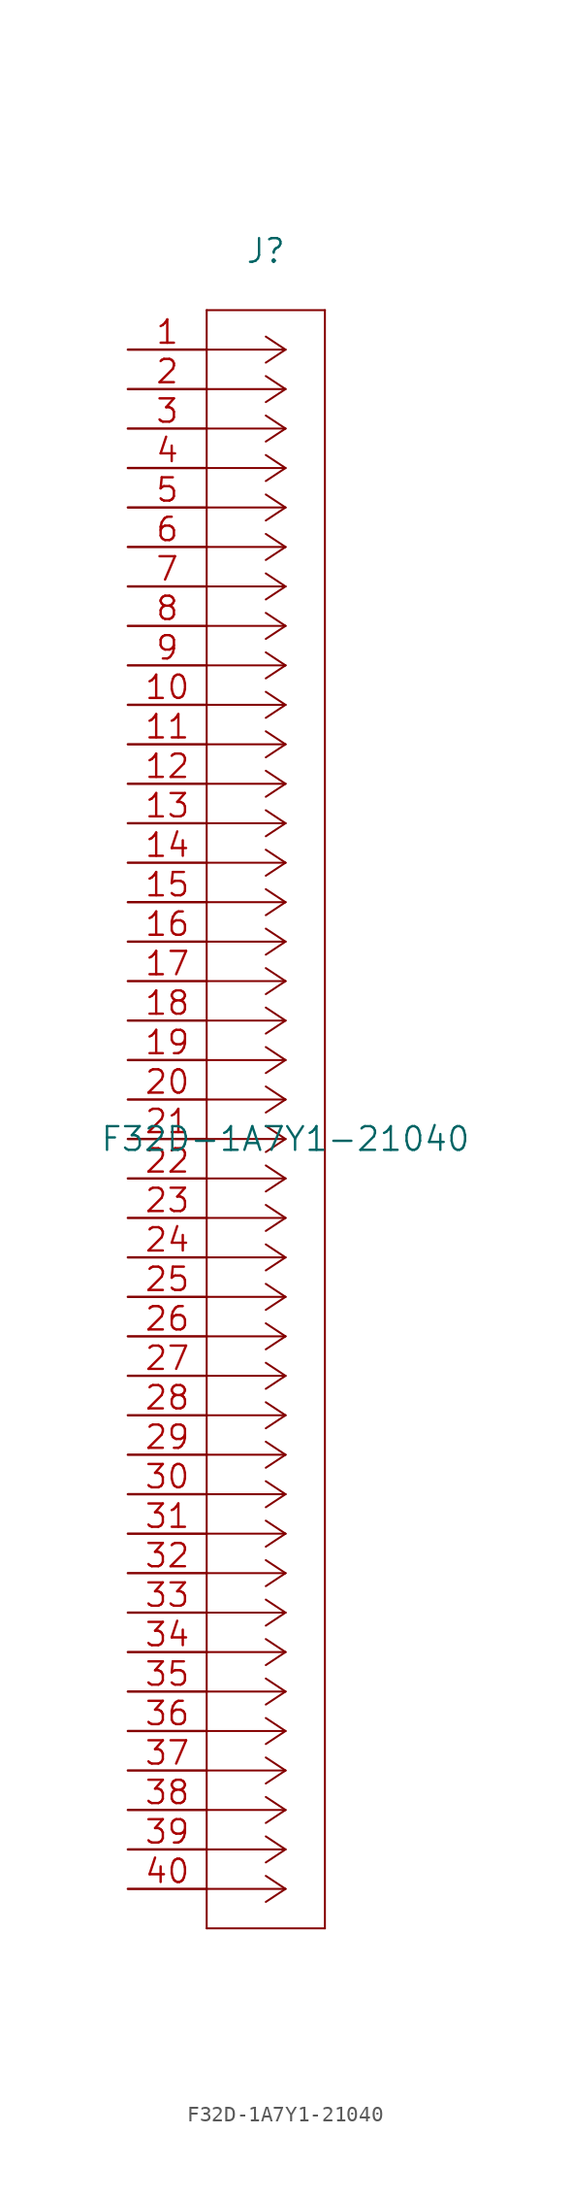
<source format=kicad_sym>
(kicad_symbol_lib
  (version 20211014)
  (generator kicad_symbol_editor)
  (symbol "F32D-1A7Y1-21040"
    (pin_names
      (offset 0.254) hide)
    (property "Reference" "J"
      (at 8.89 6.35 0)
      (effects (font (size 1.524 1.524))))
    (property "Value" "F32D-1A7Y1-21040"
      (at 10.16 -50.8 0)
      (effects (font (size 1.524 1.524))))
    (property "Datasheet" ""
      (at 0 0 0)
      (effects (font (size 1.524 1.524))))
    (property "ki_locked" ""
      (at 0 0 0)
      (effects (font (size 1.27 1.27))))
    (symbol "F32D-1A7Y1-21040_1_1"
      (polyline (pts (xy 5.08 -101.6) (xy 12.7 -101.6)) (stroke (width 0.127) (type default) (color 0 0 0 0)) (fill (type none)))
      (polyline (pts (xy 5.08 2.54) (xy 5.08 -101.6)) (stroke (width 0.127) (type default) (color 0 0 0 0)) (fill (type none)))
      (polyline (pts (xy 10.16 -99.06) (xy 5.08 -99.06)) (stroke (width 0.127) (type default) (color 0 0 0 0)) (fill (type none)))
      (polyline (pts (xy 10.16 -99.06) (xy 8.89 -99.898)) (stroke (width 0.127) (type default) (color 0 0 0 0)) (fill (type none)))
      (polyline (pts (xy 10.16 -99.06) (xy 8.89 -98.222)) (stroke (width 0.127) (type default) (color 0 0 0 0)) (fill (type none)))
      (polyline (pts (xy 10.16 -96.52) (xy 5.08 -96.52)) (stroke (width 0.127) (type default) (color 0 0 0 0)) (fill (type none)))
      (polyline (pts (xy 10.16 -96.52) (xy 8.89 -97.358)) (stroke (width 0.127) (type default) (color 0 0 0 0)) (fill (type none)))
      (polyline (pts (xy 10.16 -96.52) (xy 8.89 -95.682)) (stroke (width 0.127) (type default) (color 0 0 0 0)) (fill (type none)))
      (polyline (pts (xy 10.16 -93.98) (xy 5.08 -93.98)) (stroke (width 0.127) (type default) (color 0 0 0 0)) (fill (type none)))
      (polyline (pts (xy 10.16 -93.98) (xy 8.89 -94.818)) (stroke (width 0.127) (type default) (color 0 0 0 0)) (fill (type none)))
      (polyline (pts (xy 10.16 -93.98) (xy 8.89 -93.142)) (stroke (width 0.127) (type default) (color 0 0 0 0)) (fill (type none)))
      (polyline (pts (xy 10.16 -91.44) (xy 5.08 -91.44)) (stroke (width 0.127) (type default) (color 0 0 0 0)) (fill (type none)))
      (polyline (pts (xy 10.16 -91.44) (xy 8.89 -92.278)) (stroke (width 0.127) (type default) (color 0 0 0 0)) (fill (type none)))
      (polyline (pts (xy 10.16 -91.44) (xy 8.89 -90.602)) (stroke (width 0.127) (type default) (color 0 0 0 0)) (fill (type none)))
      (polyline (pts (xy 10.16 -88.9) (xy 5.08 -88.9)) (stroke (width 0.127) (type default) (color 0 0 0 0)) (fill (type none)))
      (polyline (pts (xy 10.16 -88.9) (xy 8.89 -89.738)) (stroke (width 0.127) (type default) (color 0 0 0 0)) (fill (type none)))
      (polyline (pts (xy 10.16 -88.9) (xy 8.89 -88.062)) (stroke (width 0.127) (type default) (color 0 0 0 0)) (fill (type none)))
      (polyline (pts (xy 10.16 -86.36) (xy 5.08 -86.36)) (stroke (width 0.127) (type default) (color 0 0 0 0)) (fill (type none)))
      (polyline (pts (xy 10.16 -86.36) (xy 8.89 -87.198)) (stroke (width 0.127) (type default) (color 0 0 0 0)) (fill (type none)))
      (polyline (pts (xy 10.16 -86.36) (xy 8.89 -85.522)) (stroke (width 0.127) (type default) (color 0 0 0 0)) (fill (type none)))
      (polyline (pts (xy 10.16 -83.82) (xy 5.08 -83.82)) (stroke (width 0.127) (type default) (color 0 0 0 0)) (fill (type none)))
      (polyline (pts (xy 10.16 -83.82) (xy 8.89 -84.658)) (stroke (width 0.127) (type default) (color 0 0 0 0)) (fill (type none)))
      (polyline (pts (xy 10.16 -83.82) (xy 8.89 -82.982)) (stroke (width 0.127) (type default) (color 0 0 0 0)) (fill (type none)))
      (polyline (pts (xy 10.16 -81.28) (xy 5.08 -81.28)) (stroke (width 0.127) (type default) (color 0 0 0 0)) (fill (type none)))
      (polyline (pts (xy 10.16 -81.28) (xy 8.89 -82.118)) (stroke (width 0.127) (type default) (color 0 0 0 0)) (fill (type none)))
      (polyline (pts (xy 10.16 -81.28) (xy 8.89 -80.442)) (stroke (width 0.127) (type default) (color 0 0 0 0)) (fill (type none)))
      (polyline (pts (xy 10.16 -78.74) (xy 5.08 -78.74)) (stroke (width 0.127) (type default) (color 0 0 0 0)) (fill (type none)))
      (polyline (pts (xy 10.16 -78.74) (xy 8.89 -79.578)) (stroke (width 0.127) (type default) (color 0 0 0 0)) (fill (type none)))
      (polyline (pts (xy 10.16 -78.74) (xy 8.89 -77.902)) (stroke (width 0.127) (type default) (color 0 0 0 0)) (fill (type none)))
      (polyline (pts (xy 10.16 -76.2) (xy 5.08 -76.2)) (stroke (width 0.127) (type default) (color 0 0 0 0)) (fill (type none)))
      (polyline (pts (xy 10.16 -76.2) (xy 8.89 -77.038)) (stroke (width 0.127) (type default) (color 0 0 0 0)) (fill (type none)))
      (polyline (pts (xy 10.16 -76.2) (xy 8.89 -75.362)) (stroke (width 0.127) (type default) (color 0 0 0 0)) (fill (type none)))
      (polyline (pts (xy 10.16 -73.66) (xy 5.08 -73.66)) (stroke (width 0.127) (type default) (color 0 0 0 0)) (fill (type none)))
      (polyline (pts (xy 10.16 -73.66) (xy 8.89 -74.498)) (stroke (width 0.127) (type default) (color 0 0 0 0)) (fill (type none)))
      (polyline (pts (xy 10.16 -73.66) (xy 8.89 -72.822)) (stroke (width 0.127) (type default) (color 0 0 0 0)) (fill (type none)))
      (polyline (pts (xy 10.16 -71.12) (xy 5.08 -71.12)) (stroke (width 0.127) (type default) (color 0 0 0 0)) (fill (type none)))
      (polyline (pts (xy 10.16 -71.12) (xy 8.89 -71.958)) (stroke (width 0.127) (type default) (color 0 0 0 0)) (fill (type none)))
      (polyline (pts (xy 10.16 -71.12) (xy 8.89 -70.282)) (stroke (width 0.127) (type default) (color 0 0 0 0)) (fill (type none)))
      (polyline (pts (xy 10.16 -68.58) (xy 5.08 -68.58)) (stroke (width 0.127) (type default) (color 0 0 0 0)) (fill (type none)))
      (polyline (pts (xy 10.16 -68.58) (xy 8.89 -69.418)) (stroke (width 0.127) (type default) (color 0 0 0 0)) (fill (type none)))
      (polyline (pts (xy 10.16 -68.58) (xy 8.89 -67.742)) (stroke (width 0.127) (type default) (color 0 0 0 0)) (fill (type none)))
      (polyline (pts (xy 10.16 -66.04) (xy 5.08 -66.04)) (stroke (width 0.127) (type default) (color 0 0 0 0)) (fill (type none)))
      (polyline (pts (xy 10.16 -66.04) (xy 8.89 -66.878)) (stroke (width 0.127) (type default) (color 0 0 0 0)) (fill (type none)))
      (polyline (pts (xy 10.16 -66.04) (xy 8.89 -65.202)) (stroke (width 0.127) (type default) (color 0 0 0 0)) (fill (type none)))
      (polyline (pts (xy 10.16 -63.5) (xy 5.08 -63.5)) (stroke (width 0.127) (type default) (color 0 0 0 0)) (fill (type none)))
      (polyline (pts (xy 10.16 -63.5) (xy 8.89 -64.338)) (stroke (width 0.127) (type default) (color 0 0 0 0)) (fill (type none)))
      (polyline (pts (xy 10.16 -63.5) (xy 8.89 -62.662)) (stroke (width 0.127) (type default) (color 0 0 0 0)) (fill (type none)))
      (polyline (pts (xy 10.16 -60.96) (xy 5.08 -60.96)) (stroke (width 0.127) (type default) (color 0 0 0 0)) (fill (type none)))
      (polyline (pts (xy 10.16 -60.96) (xy 8.89 -61.798)) (stroke (width 0.127) (type default) (color 0 0 0 0)) (fill (type none)))
      (polyline (pts (xy 10.16 -60.96) (xy 8.89 -60.122)) (stroke (width 0.127) (type default) (color 0 0 0 0)) (fill (type none)))
      (polyline (pts (xy 10.16 -58.42) (xy 5.08 -58.42)) (stroke (width 0.127) (type default) (color 0 0 0 0)) (fill (type none)))
      (polyline (pts (xy 10.16 -58.42) (xy 8.89 -59.258)) (stroke (width 0.127) (type default) (color 0 0 0 0)) (fill (type none)))
      (polyline (pts (xy 10.16 -58.42) (xy 8.89 -57.582)) (stroke (width 0.127) (type default) (color 0 0 0 0)) (fill (type none)))
      (polyline (pts (xy 10.16 -55.88) (xy 5.08 -55.88)) (stroke (width 0.127) (type default) (color 0 0 0 0)) (fill (type none)))
      (polyline (pts (xy 10.16 -55.88) (xy 8.89 -56.718)) (stroke (width 0.127) (type default) (color 0 0 0 0)) (fill (type none)))
      (polyline (pts (xy 10.16 -55.88) (xy 8.89 -55.042)) (stroke (width 0.127) (type default) (color 0 0 0 0)) (fill (type none)))
      (polyline (pts (xy 10.16 -53.34) (xy 5.08 -53.34)) (stroke (width 0.127) (type default) (color 0 0 0 0)) (fill (type none)))
      (polyline (pts (xy 10.16 -53.34) (xy 8.89 -54.178)) (stroke (width 0.127) (type default) (color 0 0 0 0)) (fill (type none)))
      (polyline (pts (xy 10.16 -53.34) (xy 8.89 -52.502)) (stroke (width 0.127) (type default) (color 0 0 0 0)) (fill (type none)))
      (polyline (pts (xy 10.16 -50.8) (xy 5.08 -50.8)) (stroke (width 0.127) (type default) (color 0 0 0 0)) (fill (type none)))
      (polyline (pts (xy 10.16 -50.8) (xy 8.89 -51.638)) (stroke (width 0.127) (type default) (color 0 0 0 0)) (fill (type none)))
      (polyline (pts (xy 10.16 -50.8) (xy 8.89 -49.962)) (stroke (width 0.127) (type default) (color 0 0 0 0)) (fill (type none)))
      (polyline (pts (xy 10.16 -48.26) (xy 5.08 -48.26)) (stroke (width 0.127) (type default) (color 0 0 0 0)) (fill (type none)))
      (polyline (pts (xy 10.16 -48.26) (xy 8.89 -49.098)) (stroke (width 0.127) (type default) (color 0 0 0 0)) (fill (type none)))
      (polyline (pts (xy 10.16 -48.26) (xy 8.89 -47.422)) (stroke (width 0.127) (type default) (color 0 0 0 0)) (fill (type none)))
      (polyline (pts (xy 10.16 -45.72) (xy 5.08 -45.72)) (stroke (width 0.127) (type default) (color 0 0 0 0)) (fill (type none)))
      (polyline (pts (xy 10.16 -45.72) (xy 8.89 -46.558)) (stroke (width 0.127) (type default) (color 0 0 0 0)) (fill (type none)))
      (polyline (pts (xy 10.16 -45.72) (xy 8.89 -44.882)) (stroke (width 0.127) (type default) (color 0 0 0 0)) (fill (type none)))
      (polyline (pts (xy 10.16 -43.18) (xy 5.08 -43.18)) (stroke (width 0.127) (type default) (color 0 0 0 0)) (fill (type none)))
      (polyline (pts (xy 10.16 -43.18) (xy 8.89 -44.018)) (stroke (width 0.127) (type default) (color 0 0 0 0)) (fill (type none)))
      (polyline (pts (xy 10.16 -43.18) (xy 8.89 -42.342)) (stroke (width 0.127) (type default) (color 0 0 0 0)) (fill (type none)))
      (polyline (pts (xy 10.16 -40.64) (xy 5.08 -40.64)) (stroke (width 0.127) (type default) (color 0 0 0 0)) (fill (type none)))
      (polyline (pts (xy 10.16 -40.64) (xy 8.89 -41.478)) (stroke (width 0.127) (type default) (color 0 0 0 0)) (fill (type none)))
      (polyline (pts (xy 10.16 -40.64) (xy 8.89 -39.802)) (stroke (width 0.127) (type default) (color 0 0 0 0)) (fill (type none)))
      (polyline (pts (xy 10.16 -38.1) (xy 5.08 -38.1)) (stroke (width 0.127) (type default) (color 0 0 0 0)) (fill (type none)))
      (polyline (pts (xy 10.16 -38.1) (xy 8.89 -38.938)) (stroke (width 0.127) (type default) (color 0 0 0 0)) (fill (type none)))
      (polyline (pts (xy 10.16 -38.1) (xy 8.89 -37.262)) (stroke (width 0.127) (type default) (color 0 0 0 0)) (fill (type none)))
      (polyline (pts (xy 10.16 -35.56) (xy 5.08 -35.56)) (stroke (width 0.127) (type default) (color 0 0 0 0)) (fill (type none)))
      (polyline (pts (xy 10.16 -35.56) (xy 8.89 -36.398)) (stroke (width 0.127) (type default) (color 0 0 0 0)) (fill (type none)))
      (polyline (pts (xy 10.16 -35.56) (xy 8.89 -34.722)) (stroke (width 0.127) (type default) (color 0 0 0 0)) (fill (type none)))
      (polyline (pts (xy 10.16 -33.02) (xy 5.08 -33.02)) (stroke (width 0.127) (type default) (color 0 0 0 0)) (fill (type none)))
      (polyline (pts (xy 10.16 -33.02) (xy 8.89 -33.858)) (stroke (width 0.127) (type default) (color 0 0 0 0)) (fill (type none)))
      (polyline (pts (xy 10.16 -33.02) (xy 8.89 -32.182)) (stroke (width 0.127) (type default) (color 0 0 0 0)) (fill (type none)))
      (polyline (pts (xy 10.16 -30.48) (xy 5.08 -30.48)) (stroke (width 0.127) (type default) (color 0 0 0 0)) (fill (type none)))
      (polyline (pts (xy 10.16 -30.48) (xy 8.89 -31.318)) (stroke (width 0.127) (type default) (color 0 0 0 0)) (fill (type none)))
      (polyline (pts (xy 10.16 -30.48) (xy 8.89 -29.642)) (stroke (width 0.127) (type default) (color 0 0 0 0)) (fill (type none)))
      (polyline (pts (xy 10.16 -27.94) (xy 5.08 -27.94)) (stroke (width 0.127) (type default) (color 0 0 0 0)) (fill (type none)))
      (polyline (pts (xy 10.16 -27.94) (xy 8.89 -28.778)) (stroke (width 0.127) (type default) (color 0 0 0 0)) (fill (type none)))
      (polyline (pts (xy 10.16 -27.94) (xy 8.89 -27.102)) (stroke (width 0.127) (type default) (color 0 0 0 0)) (fill (type none)))
      (polyline (pts (xy 10.16 -25.4) (xy 5.08 -25.4)) (stroke (width 0.127) (type default) (color 0 0 0 0)) (fill (type none)))
      (polyline (pts (xy 10.16 -25.4) (xy 8.89 -26.238)) (stroke (width 0.127) (type default) (color 0 0 0 0)) (fill (type none)))
      (polyline (pts (xy 10.16 -25.4) (xy 8.89 -24.562)) (stroke (width 0.127) (type default) (color 0 0 0 0)) (fill (type none)))
      (polyline (pts (xy 10.16 -22.86) (xy 5.08 -22.86)) (stroke (width 0.127) (type default) (color 0 0 0 0)) (fill (type none)))
      (polyline (pts (xy 10.16 -22.86) (xy 8.89 -23.698)) (stroke (width 0.127) (type default) (color 0 0 0 0)) (fill (type none)))
      (polyline (pts (xy 10.16 -22.86) (xy 8.89 -22.022)) (stroke (width 0.127) (type default) (color 0 0 0 0)) (fill (type none)))
      (polyline (pts (xy 10.16 -20.32) (xy 5.08 -20.32)) (stroke (width 0.127) (type default) (color 0 0 0 0)) (fill (type none)))
      (polyline (pts (xy 10.16 -20.32) (xy 8.89 -21.158)) (stroke (width 0.127) (type default) (color 0 0 0 0)) (fill (type none)))
      (polyline (pts (xy 10.16 -20.32) (xy 8.89 -19.482)) (stroke (width 0.127) (type default) (color 0 0 0 0)) (fill (type none)))
      (polyline (pts (xy 10.16 -17.78) (xy 5.08 -17.78)) (stroke (width 0.127) (type default) (color 0 0 0 0)) (fill (type none)))
      (polyline (pts (xy 10.16 -17.78) (xy 8.89 -18.618)) (stroke (width 0.127) (type default) (color 0 0 0 0)) (fill (type none)))
      (polyline (pts (xy 10.16 -17.78) (xy 8.89 -16.942)) (stroke (width 0.127) (type default) (color 0 0 0 0)) (fill (type none)))
      (polyline (pts (xy 10.16 -15.24) (xy 5.08 -15.24)) (stroke (width 0.127) (type default) (color 0 0 0 0)) (fill (type none)))
      (polyline (pts (xy 10.16 -15.24) (xy 8.89 -16.078)) (stroke (width 0.127) (type default) (color 0 0 0 0)) (fill (type none)))
      (polyline (pts (xy 10.16 -15.24) (xy 8.89 -14.402)) (stroke (width 0.127) (type default) (color 0 0 0 0)) (fill (type none)))
      (polyline (pts (xy 10.16 -12.7) (xy 5.08 -12.7)) (stroke (width 0.127) (type default) (color 0 0 0 0)) (fill (type none)))
      (polyline (pts (xy 10.16 -12.7) (xy 8.89 -13.538)) (stroke (width 0.127) (type default) (color 0 0 0 0)) (fill (type none)))
      (polyline (pts (xy 10.16 -12.7) (xy 8.89 -11.862)) (stroke (width 0.127) (type default) (color 0 0 0 0)) (fill (type none)))
      (polyline (pts (xy 10.16 -10.16) (xy 5.08 -10.16)) (stroke (width 0.127) (type default) (color 0 0 0 0)) (fill (type none)))
      (polyline (pts (xy 10.16 -10.16) (xy 8.89 -10.998)) (stroke (width 0.127) (type default) (color 0 0 0 0)) (fill (type none)))
      (polyline (pts (xy 10.16 -10.16) (xy 8.89 -9.322)) (stroke (width 0.127) (type default) (color 0 0 0 0)) (fill (type none)))
      (polyline (pts (xy 10.16 -7.62) (xy 5.08 -7.62)) (stroke (width 0.127) (type default) (color 0 0 0 0)) (fill (type none)))
      (polyline (pts (xy 10.16 -7.62) (xy 8.89 -8.458)) (stroke (width 0.127) (type default) (color 0 0 0 0)) (fill (type none)))
      (polyline (pts (xy 10.16 -7.62) (xy 8.89 -6.782)) (stroke (width 0.127) (type default) (color 0 0 0 0)) (fill (type none)))
      (polyline (pts (xy 10.16 -5.08) (xy 5.08 -5.08)) (stroke (width 0.127) (type default) (color 0 0 0 0)) (fill (type none)))
      (polyline (pts (xy 10.16 -5.08) (xy 8.89 -5.918)) (stroke (width 0.127) (type default) (color 0 0 0 0)) (fill (type none)))
      (polyline (pts (xy 10.16 -5.08) (xy 8.89 -4.242)) (stroke (width 0.127) (type default) (color 0 0 0 0)) (fill (type none)))
      (polyline (pts (xy 10.16 -2.54) (xy 5.08 -2.54)) (stroke (width 0.127) (type default) (color 0 0 0 0)) (fill (type none)))
      (polyline (pts (xy 10.16 -2.54) (xy 8.89 -3.378)) (stroke (width 0.127) (type default) (color 0 0 0 0)) (fill (type none)))
      (polyline (pts (xy 10.16 -2.54) (xy 8.89 -1.702)) (stroke (width 0.127) (type default) (color 0 0 0 0)) (fill (type none)))
      (polyline (pts (xy 10.16 0) (xy 5.08 0)) (stroke (width 0.127) (type default) (color 0 0 0 0)) (fill (type none)))
      (polyline (pts (xy 10.16 0) (xy 8.89 -0.838)) (stroke (width 0.127) (type default) (color 0 0 0 0)) (fill (type none)))
      (polyline (pts (xy 10.16 0) (xy 8.89 0.838)) (stroke (width 0.127) (type default) (color 0 0 0 0)) (fill (type none)))
      (polyline (pts (xy 12.7 -101.6) (xy 12.7 2.54)) (stroke (width 0.127) (type default) (color 0 0 0 0)) (fill (type none)))
      (polyline (pts (xy 12.7 2.54) (xy 5.08 2.54)) (stroke (width 0.127) (type default) (color 0 0 0 0)) (fill (type none)))
      (pin unspecified line (at 0 0 0) (length 5.08) (name "1" (effects (font (size 1.499 1.499)))) (number "1" (effects (font (size 1.499 1.499)))))
      (pin unspecified line (at 0 -22.86 0) (length 5.08) (name "10" (effects (font (size 1.499 1.499)))) (number "10" (effects (font (size 1.499 1.499)))))
      (pin unspecified line (at 0 -25.4 0) (length 5.08) (name "11" (effects (font (size 1.499 1.499)))) (number "11" (effects (font (size 1.499 1.499)))))
      (pin unspecified line (at 0 -27.94 0) (length 5.08) (name "12" (effects (font (size 1.499 1.499)))) (number "12" (effects (font (size 1.499 1.499)))))
      (pin unspecified line (at 0 -30.48 0) (length 5.08) (name "13" (effects (font (size 1.499 1.499)))) (number "13" (effects (font (size 1.499 1.499)))))
      (pin unspecified line (at 0 -33.02 0) (length 5.08) (name "14" (effects (font (size 1.499 1.499)))) (number "14" (effects (font (size 1.499 1.499)))))
      (pin unspecified line (at 0 -35.56 0) (length 5.08) (name "15" (effects (font (size 1.499 1.499)))) (number "15" (effects (font (size 1.499 1.499)))))
      (pin unspecified line (at 0 -38.1 0) (length 5.08) (name "16" (effects (font (size 1.499 1.499)))) (number "16" (effects (font (size 1.499 1.499)))))
      (pin unspecified line (at 0 -40.64 0) (length 5.08) (name "17" (effects (font (size 1.499 1.499)))) (number "17" (effects (font (size 1.499 1.499)))))
      (pin unspecified line (at 0 -43.18 0) (length 5.08) (name "18" (effects (font (size 1.499 1.499)))) (number "18" (effects (font (size 1.499 1.499)))))
      (pin unspecified line (at 0 -45.72 0) (length 5.08) (name "19" (effects (font (size 1.499 1.499)))) (number "19" (effects (font (size 1.499 1.499)))))
      (pin unspecified line (at 0 -2.54 0) (length 5.08) (name "2" (effects (font (size 1.499 1.499)))) (number "2" (effects (font (size 1.499 1.499)))))
      (pin unspecified line (at 0 -48.26 0) (length 5.08) (name "20" (effects (font (size 1.499 1.499)))) (number "20" (effects (font (size 1.499 1.499)))))
      (pin unspecified line (at 0 -50.8 0) (length 5.08) (name "21" (effects (font (size 1.499 1.499)))) (number "21" (effects (font (size 1.499 1.499)))))
      (pin unspecified line (at 0 -53.34 0) (length 5.08) (name "22" (effects (font (size 1.499 1.499)))) (number "22" (effects (font (size 1.499 1.499)))))
      (pin unspecified line (at 0 -55.88 0) (length 5.08) (name "23" (effects (font (size 1.499 1.499)))) (number "23" (effects (font (size 1.499 1.499)))))
      (pin unspecified line (at 0 -58.42 0) (length 5.08) (name "24" (effects (font (size 1.499 1.499)))) (number "24" (effects (font (size 1.499 1.499)))))
      (pin unspecified line (at 0 -60.96 0) (length 5.08) (name "25" (effects (font (size 1.499 1.499)))) (number "25" (effects (font (size 1.499 1.499)))))
      (pin unspecified line (at 0 -63.5 0) (length 5.08) (name "26" (effects (font (size 1.499 1.499)))) (number "26" (effects (font (size 1.499 1.499)))))
      (pin unspecified line (at 0 -66.04 0) (length 5.08) (name "27" (effects (font (size 1.499 1.499)))) (number "27" (effects (font (size 1.499 1.499)))))
      (pin unspecified line (at 0 -68.58 0) (length 5.08) (name "28" (effects (font (size 1.499 1.499)))) (number "28" (effects (font (size 1.499 1.499)))))
      (pin unspecified line (at 0 -71.12 0) (length 5.08) (name "29" (effects (font (size 1.499 1.499)))) (number "29" (effects (font (size 1.499 1.499)))))
      (pin unspecified line (at 0 -5.08 0) (length 5.08) (name "3" (effects (font (size 1.499 1.499)))) (number "3" (effects (font (size 1.499 1.499)))))
      (pin unspecified line (at 0 -73.66 0) (length 5.08) (name "30" (effects (font (size 1.499 1.499)))) (number "30" (effects (font (size 1.499 1.499)))))
      (pin unspecified line (at 0 -76.2 0) (length 5.08) (name "31" (effects (font (size 1.499 1.499)))) (number "31" (effects (font (size 1.499 1.499)))))
      (pin unspecified line (at 0 -78.74 0) (length 5.08) (name "32" (effects (font (size 1.499 1.499)))) (number "32" (effects (font (size 1.499 1.499)))))
      (pin unspecified line (at 0 -81.28 0) (length 5.08) (name "33" (effects (font (size 1.499 1.499)))) (number "33" (effects (font (size 1.499 1.499)))))
      (pin unspecified line (at 0 -83.82 0) (length 5.08) (name "34" (effects (font (size 1.499 1.499)))) (number "34" (effects (font (size 1.499 1.499)))))
      (pin unspecified line (at 0 -86.36 0) (length 5.08) (name "35" (effects (font (size 1.499 1.499)))) (number "35" (effects (font (size 1.499 1.499)))))
      (pin unspecified line (at 0 -88.9 0) (length 5.08) (name "36" (effects (font (size 1.499 1.499)))) (number "36" (effects (font (size 1.499 1.499)))))
      (pin unspecified line (at 0 -91.44 0) (length 5.08) (name "37" (effects (font (size 1.499 1.499)))) (number "37" (effects (font (size 1.499 1.499)))))
      (pin unspecified line (at 0 -93.98 0) (length 5.08) (name "38" (effects (font (size 1.499 1.499)))) (number "38" (effects (font (size 1.499 1.499)))))
      (pin unspecified line (at 0 -96.52 0) (length 5.08) (name "39" (effects (font (size 1.499 1.499)))) (number "39" (effects (font (size 1.499 1.499)))))
      (pin unspecified line (at 0 -7.62 0) (length 5.08) (name "4" (effects (font (size 1.499 1.499)))) (number "4" (effects (font (size 1.499 1.499)))))
      (pin unspecified line (at 0 -99.06 0) (length 5.08) (name "40" (effects (font (size 1.499 1.499)))) (number "40" (effects (font (size 1.499 1.499)))))
      (pin unspecified line (at 0 -10.16 0) (length 5.08) (name "5" (effects (font (size 1.499 1.499)))) (number "5" (effects (font (size 1.499 1.499)))))
      (pin unspecified line (at 0 -12.7 0) (length 5.08) (name "6" (effects (font (size 1.499 1.499)))) (number "6" (effects (font (size 1.499 1.499)))))
      (pin unspecified line (at 0 -15.24 0) (length 5.08) (name "7" (effects (font (size 1.499 1.499)))) (number "7" (effects (font (size 1.499 1.499)))))
      (pin unspecified line (at 0 -17.78 0) (length 5.08) (name "8" (effects (font (size 1.499 1.499)))) (number "8" (effects (font (size 1.499 1.499)))))
      (pin unspecified line (at 0 -20.32 0) (length 5.08) (name "9" (effects (font (size 1.499 1.499)))) (number "9" (effects (font (size 1.499 1.499))))))))
</source>
